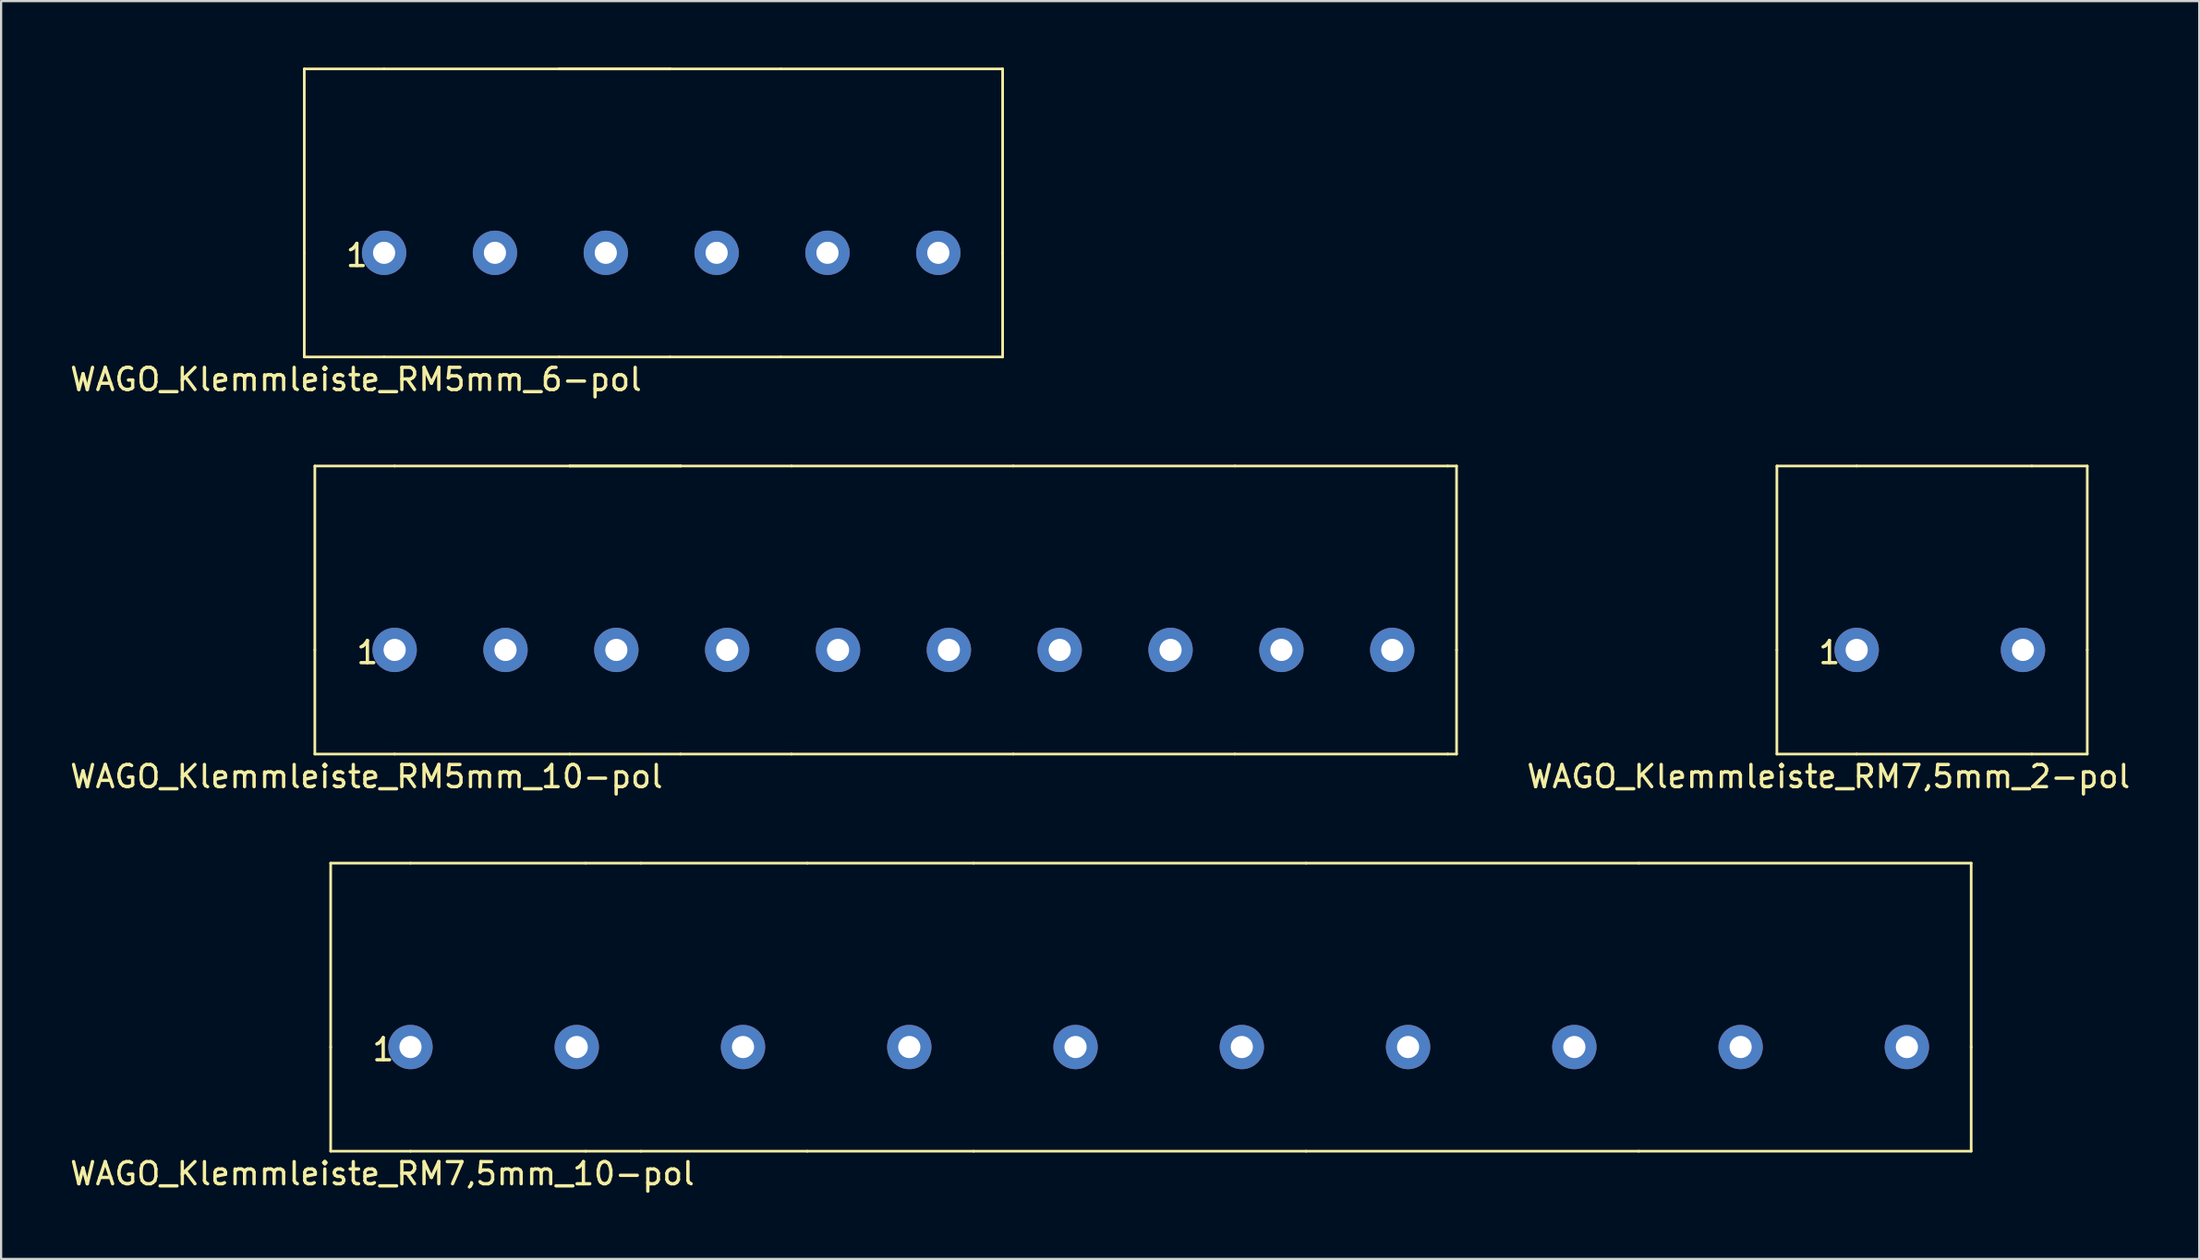
<source format=kicad_pcb>
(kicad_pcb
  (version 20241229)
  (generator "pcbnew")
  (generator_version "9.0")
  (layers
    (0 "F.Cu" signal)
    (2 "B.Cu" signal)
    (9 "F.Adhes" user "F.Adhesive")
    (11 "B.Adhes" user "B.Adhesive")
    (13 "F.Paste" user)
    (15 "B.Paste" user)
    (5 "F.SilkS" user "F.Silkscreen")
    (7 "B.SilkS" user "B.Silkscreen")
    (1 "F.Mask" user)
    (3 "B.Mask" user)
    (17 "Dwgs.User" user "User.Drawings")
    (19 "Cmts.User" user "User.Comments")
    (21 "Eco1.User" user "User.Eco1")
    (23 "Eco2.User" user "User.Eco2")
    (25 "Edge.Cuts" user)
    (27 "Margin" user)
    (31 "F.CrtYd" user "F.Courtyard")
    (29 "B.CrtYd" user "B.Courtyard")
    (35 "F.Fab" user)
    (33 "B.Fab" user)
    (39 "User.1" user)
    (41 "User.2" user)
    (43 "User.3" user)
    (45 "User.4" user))
  (footprint "WAGO_Klemmleiste_RM5mm_10-pol"
    (layer "F.Cu")
    (at 14.752 26.283)
    (property "Reference" "WAGO_Klemmleiste_RM5mm_10-pol" (at -1.27 5.715 0) (layer "F.SilkS") (effects (font (size 1 1) (thickness 0.15))))
    (attr through_hole)
    (fp_line (start -3.6 -8.3) (end -3.6 0) (stroke (width 0.12) (type solid)) (layer "F.SilkS"))
    (fp_line (start -3.6 4.7) (end -3.6 0) (stroke (width 0.12) (type solid)) (layer "F.SilkS"))
    (fp_line (start 0 -8.3) (end -3.6 -8.3) (stroke (width 0.12) (type solid)) (layer "F.SilkS"))
    (fp_line (start 0 -8.3) (end 7.9 -8.3) (stroke (width 0.12) (type solid)) (layer "F.SilkS"))
    (fp_line (start 0 4.7) (end -3.6 4.7) (stroke (width 0.12) (type solid)) (layer "F.SilkS"))
    (fp_line (start 0 4.7) (end 7.9 4.7) (stroke (width 0.12) (type solid)) (layer "F.SilkS"))
    (fp_line (start 7.9 -8.3) (end 12.9 -8.3) (stroke (width 0.12) (type solid)) (layer "F.SilkS"))
    (fp_line (start 12.9 -8.3) (end 7.9 -8.3) (stroke (width 0.12) (type solid)) (layer "F.SilkS"))
    (fp_line (start 12.9 -8.3) (end 17.9 -8.3) (stroke (width 0.12) (type solid)) (layer "F.SilkS"))
    (fp_line (start 12.9 4.7) (end 7.9 4.7) (stroke (width 0.12) (type solid)) (layer "F.SilkS"))
    (fp_line (start 12.9 4.7) (end 17.9 4.7) (stroke (width 0.12) (type solid)) (layer "F.SilkS"))
    (fp_line (start 17.9 -8.3) (end 27.9 -8.3) (stroke (width 0.12) (type solid)) (layer "F.SilkS"))
    (fp_line (start 17.9 4.7) (end 27.9 4.7) (stroke (width 0.12) (type solid)) (layer "F.SilkS"))
    (fp_line (start 27.9 -8.3) (end 37.9 -8.3) (stroke (width 0.12) (type solid)) (layer "F.SilkS"))
    (fp_line (start 37.9 -8.3) (end 47.5 -8.3) (stroke (width 0.12) (type solid)) (layer "F.SilkS"))
    (fp_line (start 37.9 4.7) (end 27.9 4.7) (stroke (width 0.12) (type solid)) (layer "F.SilkS"))
    (fp_line (start 47.5 4.7) (end 37.9 4.7) (stroke (width 0.12) (type solid)) (layer "F.SilkS"))
    (fp_line (start 47.9 -8.3) (end 47.5 -8.3) (stroke (width 0.12) (type solid)) (layer "F.SilkS"))
    (fp_line (start 47.9 -8.3) (end 47.9 0) (stroke (width 0.12) (type solid)) (layer "F.SilkS"))
    (fp_line (start 47.9 0) (end 47.9 4.7) (stroke (width 0.12) (type solid)) (layer "F.SilkS"))
    (fp_line (start 47.9 4.7) (end 47.5 4.7) (stroke (width 0.12) (type solid)) (layer "F.SilkS"))
    (fp_text user "1" (at -1.23 0.12 0) (layer "F.SilkS") (effects (font (size 1 1) (thickness 0.15))))
    (pad "1" thru_hole circle (at 0 0) (size 2 2) (drill 1) (layers "*.Cu" "*.Mask"))
    (pad "2" thru_hole circle (at 5 0) (size 2 2) (drill 1) (layers "*.Cu" "*.Mask"))
    (pad "3" thru_hole circle (at 10 0) (size 2 2) (drill 1) (layers "*.Cu" "*.Mask"))
    (pad "4" thru_hole circle (at 15 0) (size 2 2) (drill 1) (layers "*.Cu" "*.Mask"))
    (pad "5" thru_hole circle (at 20 0) (size 2 2) (drill 1) (layers "*.Cu" "*.Mask"))
    (pad "6" thru_hole circle (at 25 0) (size 2 2) (drill 1) (layers "*.Cu" "*.Mask"))
    (pad "7" thru_hole circle (at 30 0) (size 2 2) (drill 1) (layers "*.Cu" "*.Mask"))
    (pad "8" thru_hole circle (at 35 0) (size 2 2) (drill 1) (layers "*.Cu" "*.Mask"))
    (pad "9" thru_hole circle (at 40 0) (size 2 2) (drill 1) (layers "*.Cu" "*.Mask"))
    (pad "10" thru_hole circle (at 45 0) (size 2 2) (drill 1) (layers "*.Cu" "*.Mask")))
  (footprint "WAGO_Klemmleiste_RM7,5mm_10-pol"
    (layer "F.Cu")
    (at 15.466 44.206)
    (property "Reference" "WAGO_Klemmleiste_RM7,5mm_10-pol" (at -1.27 5.715 0) (layer "F.SilkS") (effects (font (size 1 1) (thickness 0.15))))
    (attr through_hole)
    (fp_line (start -3.6 -8.3) (end -3.6 0) (stroke (width 0.12) (type solid)) (layer "F.SilkS"))
    (fp_line (start -3.6 4.7) (end -3.6 0) (stroke (width 0.12) (type solid)) (layer "F.SilkS"))
    (fp_line (start 0 -8.3) (end -3.6 -8.3) (stroke (width 0.12) (type solid)) (layer "F.SilkS"))
    (fp_line (start 0 -8.3) (end 7.9 -8.3) (stroke (width 0.12) (type solid)) (layer "F.SilkS"))
    (fp_line (start 0 4.7) (end -3.6 4.7) (stroke (width 0.12) (type solid)) (layer "F.SilkS"))
    (fp_line (start 0 4.7) (end 7.9 4.7) (stroke (width 0.12) (type solid)) (layer "F.SilkS"))
    (fp_line (start 7.9 -8.3) (end 10.4 -8.3) (stroke (width 0.12) (type solid)) (layer "F.SilkS"))
    (fp_line (start 7.9 4.7) (end 10.4 4.7) (stroke (width 0.12) (type solid)) (layer "F.SilkS"))
    (fp_line (start 10.4 -8.3) (end 17.9 -8.3) (stroke (width 0.12) (type solid)) (layer "F.SilkS"))
    (fp_line (start 10.4 4.7) (end 17.9 4.7) (stroke (width 0.12) (type solid)) (layer "F.SilkS"))
    (fp_line (start 17.9 -8.3) (end 25.4 -8.3) (stroke (width 0.12) (type solid)) (layer "F.SilkS"))
    (fp_line (start 17.9 4.7) (end 25.4 4.7) (stroke (width 0.12) (type solid)) (layer "F.SilkS"))
    (fp_line (start 25.4 -8.3) (end 40.4 -8.3) (stroke (width 0.12) (type solid)) (layer "F.SilkS"))
    (fp_line (start 25.4 4.7) (end 40.4 4.7) (stroke (width 0.12) (type solid)) (layer "F.SilkS"))
    (fp_line (start 40.4 -8.3) (end 55.4 -8.3) (stroke (width 0.12) (type solid)) (layer "F.SilkS"))
    (fp_line (start 40.4 4.7) (end 55.4 4.7) (stroke (width 0.12) (type solid)) (layer "F.SilkS"))
    (fp_line (start 55.4 -8.3) (end 70.4 -8.3) (stroke (width 0.12) (type solid)) (layer "F.SilkS"))
    (fp_line (start 55.4 4.7) (end 70.4 4.7) (stroke (width 0.12) (type solid)) (layer "F.SilkS"))
    (fp_line (start 70.4 -8.3) (end 70.4 0) (stroke (width 0.12) (type solid)) (layer "F.SilkS"))
    (fp_line (start 70.4 4.7) (end 70.4 0) (stroke (width 0.12) (type solid)) (layer "F.SilkS"))
    (fp_text user "1" (at -1.23 0.12 0) (layer "F.SilkS") (effects (font (size 1 1) (thickness 0.15))))
    (pad "1" thru_hole circle (at 0 0) (size 2 2) (drill 1) (layers "*.Cu" "*.Mask"))
    (pad "2" thru_hole circle (at 7.5 0) (size 2 2) (drill 1) (layers "*.Cu" "*.Mask"))
    (pad "3" thru_hole circle (at 15 0) (size 2 2) (drill 1) (layers "*.Cu" "*.Mask"))
    (pad "4" thru_hole circle (at 22.5 0) (size 2 2) (drill 1) (layers "*.Cu" "*.Mask"))
    (pad "5" thru_hole circle (at 30 0) (size 2 2) (drill 1) (layers "*.Cu" "*.Mask"))
    (pad "6" thru_hole circle (at 37.5 0) (size 2 2) (drill 1) (layers "*.Cu" "*.Mask"))
    (pad "7" thru_hole circle (at 45 0) (size 2 2) (drill 1) (layers "*.Cu" "*.Mask"))
    (pad "8" thru_hole circle (at 52.5 0) (size 2 2) (drill 1) (layers "*.Cu" "*.Mask"))
    (pad "9" thru_hole circle (at 60 0) (size 2 2) (drill 1) (layers "*.Cu" "*.Mask"))
    (pad "10" thru_hole circle (at 67.5 0) (size 2 2) (drill 1) (layers "*.Cu" "*.Mask")))
  (footprint "WAGO_Klemmleiste_RM5mm_6-pol"
    (layer "F.Cu")
    (at 14.276 8.36)
    (property "Reference" "WAGO_Klemmleiste_RM5mm_6-pol" (at -1.27 5.715 0) (layer "F.SilkS") (effects (font (size 1 1) (thickness 0.15))))
    (attr through_hole)
    (fp_line (start -3.6 -8.3) (end -3.6 0) (stroke (width 0.12) (type solid)) (layer "F.SilkS"))
    (fp_line (start -3.6 4.7) (end -3.6 0) (stroke (width 0.12) (type solid)) (layer "F.SilkS"))
    (fp_line (start 0 -8.3) (end -3.6 -8.3) (stroke (width 0.12) (type solid)) (layer "F.SilkS"))
    (fp_line (start 0 -8.3) (end 7.9 -8.3) (stroke (width 0.12) (type solid)) (layer "F.SilkS"))
    (fp_line (start 0 4.7) (end -3.6 4.7) (stroke (width 0.12) (type solid)) (layer "F.SilkS"))
    (fp_line (start 0 4.7) (end 7.9 4.7) (stroke (width 0.12) (type solid)) (layer "F.SilkS"))
    (fp_line (start 7.9 -8.3) (end 12.9 -8.3) (stroke (width 0.12) (type solid)) (layer "F.SilkS"))
    (fp_line (start 12.9 -8.3) (end 7.9 -8.3) (stroke (width 0.12) (type solid)) (layer "F.SilkS"))
    (fp_line (start 12.9 -8.3) (end 17.9 -8.3) (stroke (width 0.12) (type solid)) (layer "F.SilkS"))
    (fp_line (start 12.9 4.7) (end 7.9 4.7) (stroke (width 0.12) (type solid)) (layer "F.SilkS"))
    (fp_line (start 12.9 4.7) (end 17.9 4.7) (stroke (width 0.12) (type solid)) (layer "F.SilkS"))
    (fp_line (start 17.9 -8.3) (end 27.9 -8.3) (stroke (width 0.12) (type solid)) (layer "F.SilkS"))
    (fp_line (start 17.9 4.7) (end 27.9 4.7) (stroke (width 0.12) (type solid)) (layer "F.SilkS"))
    (fp_line (start 27.9 -8.3) (end 27.9 0) (stroke (width 0.12) (type solid)) (layer "F.SilkS"))
    (fp_line (start 27.9 4.7) (end 27.9 0) (stroke (width 0.12) (type solid)) (layer "F.SilkS"))
    (fp_text user "1" (at -1.23 0.12 0) (layer "F.SilkS") (effects (font (size 1 1) (thickness 0.15))))
    (pad "1" thru_hole circle (at 0 0) (size 2 2) (drill 1) (layers "*.Cu" "*.Mask"))
    (pad "2" thru_hole circle (at 5 0) (size 2 2) (drill 1) (layers "*.Cu" "*.Mask"))
    (pad "3" thru_hole circle (at 10 0) (size 2 2) (drill 1) (layers "*.Cu" "*.Mask"))
    (pad "4" thru_hole circle (at 15 0) (size 2 2) (drill 1) (layers "*.Cu" "*.Mask"))
    (pad "5" thru_hole circle (at 20 0) (size 2 2) (drill 1) (layers "*.Cu" "*.Mask"))
    (pad "6" thru_hole circle (at 25 0) (size 2 2) (drill 1) (layers "*.Cu" "*.Mask")))
  (footprint "WAGO_Klemmleiste_RM7,5mm_2-pol"
    (layer "F.Cu")
    (at 80.702 26.283)
    (property "Reference" "WAGO_Klemmleiste_RM7,5mm_2-pol" (at -1.27 5.715 0) (layer "F.SilkS") (effects (font (size 1 1) (thickness 0.15))))
    (attr through_hole)
    (fp_line (start -3.6 -8.3) (end -3.6 0) (stroke (width 0.12) (type solid)) (layer "F.SilkS"))
    (fp_line (start -3.6 4.7) (end -3.6 0) (stroke (width 0.12) (type solid)) (layer "F.SilkS"))
    (fp_line (start 0 -8.3) (end -3.6 -8.3) (stroke (width 0.12) (type solid)) (layer "F.SilkS"))
    (fp_line (start 0 -8.3) (end 7.9 -8.3) (stroke (width 0.12) (type solid)) (layer "F.SilkS"))
    (fp_line (start 0 4.7) (end -3.6 4.7) (stroke (width 0.12) (type solid)) (layer "F.SilkS"))
    (fp_line (start 0 4.7) (end 7.9 4.7) (stroke (width 0.12) (type solid)) (layer "F.SilkS"))
    (fp_line (start 7.9 -8.3) (end 10.4 -8.3) (stroke (width 0.12) (type solid)) (layer "F.SilkS"))
    (fp_line (start 7.9 4.7) (end 10.4 4.7) (stroke (width 0.12) (type solid)) (layer "F.SilkS"))
    (fp_line (start 10.4 -8.3) (end 10.4 0) (stroke (width 0.12) (type solid)) (layer "F.SilkS"))
    (fp_line (start 10.4 4.7) (end 10.4 0) (stroke (width 0.12) (type solid)) (layer "F.SilkS"))
    (fp_text user "1" (at -1.23 0.12 0) (layer "F.SilkS") (effects (font (size 1 1) (thickness 0.15))))
    (pad "1" thru_hole circle (at 0 0) (size 2 2) (drill 1) (layers "*.Cu" "*.Mask"))
    (pad "2" thru_hole circle (at 7.5 0) (size 2 2) (drill 1) (layers "*.Cu" "*.Mask")))
  (gr_rect
    (start -3 -3)
    (end 96.153 53.77)
    (stroke (width 0.1) (type default))
    (fill no)
    (layer "Edge.Cuts")))
</source>
